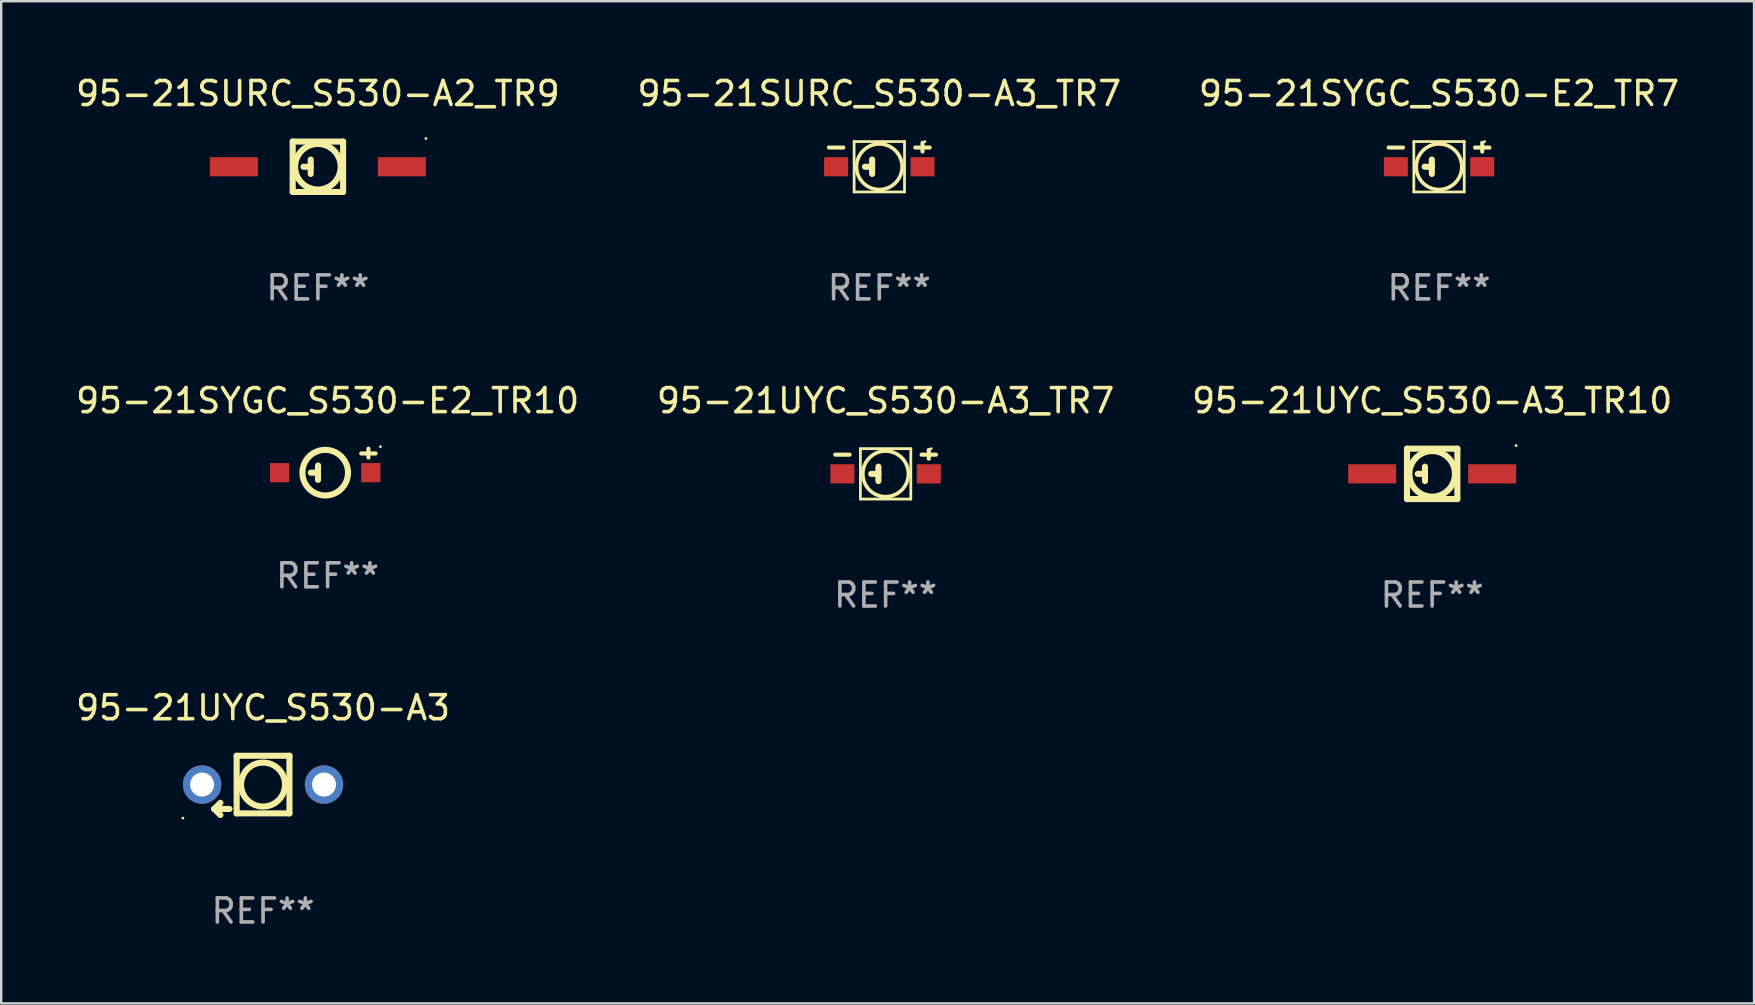
<source format=kicad_pcb>
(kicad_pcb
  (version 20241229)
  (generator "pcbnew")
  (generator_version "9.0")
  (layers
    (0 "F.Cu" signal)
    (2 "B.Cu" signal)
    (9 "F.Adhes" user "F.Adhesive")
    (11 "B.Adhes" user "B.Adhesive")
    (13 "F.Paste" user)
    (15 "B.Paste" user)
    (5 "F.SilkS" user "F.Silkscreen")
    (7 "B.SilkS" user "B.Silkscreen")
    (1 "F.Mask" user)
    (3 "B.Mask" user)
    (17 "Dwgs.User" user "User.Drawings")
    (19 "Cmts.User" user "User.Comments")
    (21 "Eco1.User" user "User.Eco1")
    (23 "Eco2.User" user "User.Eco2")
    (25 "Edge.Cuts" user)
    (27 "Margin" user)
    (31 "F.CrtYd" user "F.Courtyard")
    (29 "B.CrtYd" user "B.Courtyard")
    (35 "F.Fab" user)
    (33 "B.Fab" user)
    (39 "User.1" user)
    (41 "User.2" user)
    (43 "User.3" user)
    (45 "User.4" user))
  (footprint "95-21UYC_S530-A3"
    (layer "F.Cu")
    (at 7.911 29.676)
    (property "Reference" "95-21UYC_S530-A3" (at 0 -3.235 0) (layer "F.SilkS") (effects (font (size 1 1) (thickness 0.15))))
    (attr through_hole)
    (fp_line (start -2.032 0.981) (end -1.778 0.727) (stroke (width 0.254) (type solid)) (layer "F.SilkS"))
    (fp_line (start -2.032 0.981) (end -1.778 1.235) (stroke (width 0.254) (type solid)) (layer "F.SilkS"))
    (fp_line (start -1.397 0.981) (end -2.032 0.981) (stroke (width 0.254) (type solid)) (layer "F.SilkS"))
    (fp_line (start -1.1 -1.235) (end -1.1 1.165) (stroke (width 0.254) (type solid)) (layer "F.SilkS"))
    (fp_line (start -1.1 -1.235) (end 1.1 -1.235) (stroke (width 0.254) (type solid)) (layer "F.SilkS"))
    (fp_line (start -1.1 1.165) (end 1.1 1.165) (stroke (width 0.254) (type solid)) (layer "F.SilkS"))
    (fp_line (start 1.1 -1.235) (end 1.1 1.165) (stroke (width 0.254) (type solid)) (layer "F.SilkS"))
    (fp_circle (center -3.34 1.362) (end -3.31 1.362) (stroke (width 0.06) (type solid)) (fill no) (layer "F.SilkS"))
    (fp_circle (center 0 -0.035) (end 0.916 -0.035) (stroke (width 0.254) (type solid)) (fill no) (layer "F.SilkS"))
    (fp_text user "REF**" (at 0 5.235 0) (layer "F.Fab") (effects (font (size 1 1) (thickness 0.15))))
    (pad "1" thru_hole circle (at -2.54 -0.035) (size 1.6 1.6) (drill 1) (layers "*.Cu" "*.Mask"))
    (pad "2" thru_hole circle (at 2.54 -0.035) (size 1.6 1.6) (drill 1) (layers "*.Cu" "*.Mask")))
  (footprint "95-21SURC_S530-A3_TR7"
    (layer "F.Cu")
    (at 33.589 3.898)
    (property "Reference" "95-21SURC_S530-A3_TR7" (at 0 -3.05 0) (layer "F.SilkS") (effects (font (size 1 1) (thickness 0.15))))
    (attr through_hole)
    (fp_line (start -2.1 -0.8) (end -1.5 -0.8) (stroke (width 0.17) (type solid)) (layer "F.SilkS"))
    (fp_line (start -1.05 -1.05) (end 1.05 -1.05) (stroke (width 0.115) (type solid)) (layer "F.SilkS"))
    (fp_line (start -1.05 1.05) (end -1.05 -1.05) (stroke (width 0.115) (type solid)) (layer "F.SilkS"))
    (fp_line (start -0.3 -0.3) (end -0.3 0.3) (stroke (width 0.254) (type solid)) (layer "F.SilkS"))
    (fp_line (start -0.3 -0.000013) (end -0.6 -0.000013) (stroke (width 0.254) (type solid)) (layer "F.SilkS"))
    (fp_line (start 1.05 -1.05) (end 1.05 1.05) (stroke (width 0.115) (type solid)) (layer "F.SilkS"))
    (fp_line (start 1.05 1.05) (end -1.05 1.05) (stroke (width 0.115) (type solid)) (layer "F.SilkS"))
    (fp_line (start 1.5 -0.8) (end 2.1 -0.8) (stroke (width 0.17) (type solid)) (layer "F.SilkS"))
    (fp_line (start 1.8 -1) (end 1.8 -0.631) (stroke (width 0.17) (type solid)) (layer "F.SilkS"))
    (fp_circle (center 0 -0.000013) (end 0.95 -0.000013) (stroke (width 0.152) (type solid)) (fill no) (layer "F.SilkS"))
    (fp_circle (center 1.9 -1.05) (end 1.93 -1.05) (stroke (width 0.06) (type solid)) (fill no) (layer "F.SilkS"))
    (fp_text user "REF**" (at 0 5.05 0) (layer "F.Fab") (effects (font (size 1 1) (thickness 0.15))))
    (pad "1" smd rect (at 1.8 -0.000013) (size 1 0.8) (layers "F.Cu" "F.Mask" "F.Paste"))
    (pad "2" smd rect (at -1.8 -0.000013) (size 1 0.8) (layers "F.Cu" "F.Mask" "F.Paste")))
  (footprint "95-21UYC_S530-A3_TR7"
    (layer "F.Cu")
    (at 33.851 16.695)
    (property "Reference" "95-21UYC_S530-A3_TR7" (at 0 -3.05 0) (layer "F.SilkS") (effects (font (size 1 1) (thickness 0.15))))
    (attr through_hole)
    (fp_line (start -2.1 -0.8) (end -1.5 -0.8) (stroke (width 0.17) (type solid)) (layer "F.SilkS"))
    (fp_line (start -1.05 -1.05) (end 1.05 -1.05) (stroke (width 0.115) (type solid)) (layer "F.SilkS"))
    (fp_line (start -1.05 1.05) (end -1.05 -1.05) (stroke (width 0.115) (type solid)) (layer "F.SilkS"))
    (fp_line (start -0.3 -0.3) (end -0.3 0.3) (stroke (width 0.254) (type solid)) (layer "F.SilkS"))
    (fp_line (start -0.3 -0.000013) (end -0.6 -0.000013) (stroke (width 0.254) (type solid)) (layer "F.SilkS"))
    (fp_line (start 1.05 -1.05) (end 1.05 1.05) (stroke (width 0.115) (type solid)) (layer "F.SilkS"))
    (fp_line (start 1.05 1.05) (end -1.05 1.05) (stroke (width 0.115) (type solid)) (layer "F.SilkS"))
    (fp_line (start 1.5 -0.8) (end 2.1 -0.8) (stroke (width 0.17) (type solid)) (layer "F.SilkS"))
    (fp_line (start 1.8 -1) (end 1.8 -0.631) (stroke (width 0.17) (type solid)) (layer "F.SilkS"))
    (fp_circle (center 0 -0.000013) (end 0.95 -0.000013) (stroke (width 0.152) (type solid)) (fill no) (layer "F.SilkS"))
    (fp_circle (center 1.9 -1.05) (end 1.93 -1.05) (stroke (width 0.06) (type solid)) (fill no) (layer "F.SilkS"))
    (fp_text user "REF**" (at 0 5.05 0) (layer "F.Fab") (effects (font (size 1 1) (thickness 0.15))))
    (pad "1" smd rect (at 1.8 -0.000013) (size 1 0.8) (layers "F.Cu" "F.Mask" "F.Paste"))
    (pad "2" smd rect (at -1.8 -0.000013) (size 1 0.8) (layers "F.Cu" "F.Mask" "F.Paste")))
  (footprint "95-21SYGC_S530-E2_TR10"
    (layer "F.Cu")
    (at 10.601 16.295)
    (property "Reference" "95-21SYGC_S530-E2_TR10" (at 0 -2.65 0) (layer "F.SilkS") (effects (font (size 1 1) (thickness 0.15))))
    (attr through_hole)
    (fp_line (start -0.4 0.05) (end -0.4 0.65) (stroke (width 0.254) (type solid)) (layer "F.SilkS"))
    (fp_line (start -0.4 0.35) (end -0.7 0.35) (stroke (width 0.254) (type solid)) (layer "F.SilkS"))
    (fp_line (start 1.4 -0.45) (end 2 -0.45) (stroke (width 0.17) (type solid)) (layer "F.SilkS"))
    (fp_line (start 1.7 -0.65) (end 1.7 -0.281) (stroke (width 0.17) (type solid)) (layer "F.SilkS"))
    (fp_circle (center -0.1 0.35) (end 0.85 0.35) (stroke (width 0.254) (type solid)) (fill no) (layer "F.SilkS"))
    (fp_circle (center 2.2 -0.735) (end 2.23 -0.735) (stroke (width 0.06) (type solid)) (fill no) (layer "F.SilkS"))
    (fp_text user "REF**" (at 0 4.65 0) (layer "F.Fab") (effects (font (size 1 1) (thickness 0.15))))
    (pad "1" smd rect (at 1.8 0.35) (size 0.8 0.8) (layers "F.Cu" "F.Mask" "F.Paste"))
    (pad "2" smd rect (at -2 0.35) (size 0.8 0.8) (layers "F.Cu" "F.Mask" "F.Paste")))
  (footprint "95-21UYC_S530-A3_TR10"
    (layer "F.Cu")
    (at 56.625 16.695)
    (property "Reference" "95-21UYC_S530-A3_TR10" (at 0 -3.05 0) (layer "F.SilkS") (effects (font (size 1 1) (thickness 0.15))))
    (attr through_hole)
    (fp_line (start -1.05 -1.05) (end 1.05 -1.05) (stroke (width 0.254) (type solid)) (layer "F.SilkS"))
    (fp_line (start -1.05 1.05) (end -1.05 -1.05) (stroke (width 0.254) (type solid)) (layer "F.SilkS"))
    (fp_line (start -0.3 -0.3) (end -0.3 0.3) (stroke (width 0.254) (type solid)) (layer "F.SilkS"))
    (fp_line (start -0.3 -0.000013) (end -0.6 -0.000013) (stroke (width 0.254) (type solid)) (layer "F.SilkS"))
    (fp_line (start 1.05 -1.05) (end 1.05 1.05) (stroke (width 0.254) (type solid)) (layer "F.SilkS"))
    (fp_line (start 1.05 1.05) (end -1.05 1.05) (stroke (width 0.254) (type solid)) (layer "F.SilkS"))
    (fp_circle (center 0.000127 -0.000013) (end 0.95 -0.000013) (stroke (width 0.254) (type solid)) (fill no) (layer "F.SilkS"))
    (fp_circle (center 3.5 -1.177) (end 3.53 -1.177) (stroke (width 0.06) (type solid)) (fill no) (layer "F.SilkS"))
    (fp_text user "REF**" (at 0 5.05 0) (layer "F.Fab") (effects (font (size 1 1) (thickness 0.15))))
    (pad "1" smd rect (at 2.5 -0.000013) (size 2 0.8) (layers "F.Cu" "F.Mask" "F.Paste"))
    (pad "2" smd rect (at -2.5 -0.000013) (size 2 0.8) (layers "F.Cu" "F.Mask" "F.Paste")))
  (footprint "95-21SYGC_S530-E2_TR7"
    (layer "F.Cu")
    (at 56.911 3.898)
    (property "Reference" "95-21SYGC_S530-E2_TR7" (at 0 -3.05 0) (layer "F.SilkS") (effects (font (size 1 1) (thickness 0.15))))
    (attr through_hole)
    (fp_line (start -2.1 -0.8) (end -1.5 -0.8) (stroke (width 0.17) (type solid)) (layer "F.SilkS"))
    (fp_line (start -1.05 -1.05) (end 1.05 -1.05) (stroke (width 0.115) (type solid)) (layer "F.SilkS"))
    (fp_line (start -1.05 1.05) (end -1.05 -1.05) (stroke (width 0.115) (type solid)) (layer "F.SilkS"))
    (fp_line (start -0.3 -0.3) (end -0.3 0.3) (stroke (width 0.254) (type solid)) (layer "F.SilkS"))
    (fp_line (start -0.3 -0.000013) (end -0.6 -0.000013) (stroke (width 0.254) (type solid)) (layer "F.SilkS"))
    (fp_line (start 1.05 -1.05) (end 1.05 1.05) (stroke (width 0.115) (type solid)) (layer "F.SilkS"))
    (fp_line (start 1.05 1.05) (end -1.05 1.05) (stroke (width 0.115) (type solid)) (layer "F.SilkS"))
    (fp_line (start 1.5 -0.8) (end 2.1 -0.8) (stroke (width 0.17) (type solid)) (layer "F.SilkS"))
    (fp_line (start 1.8 -1) (end 1.8 -0.631) (stroke (width 0.17) (type solid)) (layer "F.SilkS"))
    (fp_circle (center 0 -0.000013) (end 0.95 -0.000013) (stroke (width 0.152) (type solid)) (fill no) (layer "F.SilkS"))
    (fp_circle (center 1.9 -1.05) (end 1.93 -1.05) (stroke (width 0.06) (type solid)) (fill no) (layer "F.SilkS"))
    (fp_text user "REF**" (at 0 5.05 0) (layer "F.Fab") (effects (font (size 1 1) (thickness 0.15))))
    (pad "1" smd rect (at 1.8 -0.000013) (size 1 0.8) (layers "F.Cu" "F.Mask" "F.Paste"))
    (pad "2" smd rect (at -1.8 -0.000013) (size 1 0.8) (layers "F.Cu" "F.Mask" "F.Paste")))
  (footprint "95-21SURC_S530-A2_TR9"
    (layer "F.Cu")
    (at 10.196 3.898)
    (property "Reference" "95-21SURC_S530-A2_TR9" (at 0 -3.05 0) (layer "F.SilkS") (effects (font (size 1 1) (thickness 0.15))))
    (attr through_hole)
    (fp_line (start -1.05 -1.05) (end 1.05 -1.05) (stroke (width 0.254) (type solid)) (layer "F.SilkS"))
    (fp_line (start -1.05 1.05) (end -1.05 -1.05) (stroke (width 0.254) (type solid)) (layer "F.SilkS"))
    (fp_line (start -0.3 -0.3) (end -0.3 0.3) (stroke (width 0.254) (type solid)) (layer "F.SilkS"))
    (fp_line (start -0.3 -0.000013) (end -0.6 -0.000013) (stroke (width 0.254) (type solid)) (layer "F.SilkS"))
    (fp_line (start 1.05 -1.05) (end 1.05 1.05) (stroke (width 0.254) (type solid)) (layer "F.SilkS"))
    (fp_line (start 1.05 1.05) (end -1.05 1.05) (stroke (width 0.254) (type solid)) (layer "F.SilkS"))
    (fp_circle (center -0.000127 -0.000013) (end 0.95 -0.000013) (stroke (width 0.254) (type solid)) (fill no) (layer "F.SilkS"))
    (fp_circle (center 4.5 -1.177) (end 4.53 -1.177) (stroke (width 0.06) (type solid)) (fill no) (layer "F.SilkS"))
    (fp_text user "REF**" (at 0 5.05 0) (layer "F.Fab") (effects (font (size 1 1) (thickness 0.15))))
    (pad "1" smd rect (at 3.5 -0.000013) (size 2 0.8) (layers "F.Cu" "F.Mask" "F.Paste"))
    (pad "2" smd rect (at -3.5 -0.000013) (size 2 0.8) (layers "F.Cu" "F.Mask" "F.Paste")))
  (gr_rect
    (start -3 -3)
    (end 70.036 38.76)
    (stroke (width 0.1) (type default))
    (fill no)
    (layer "Edge.Cuts")))
</source>
